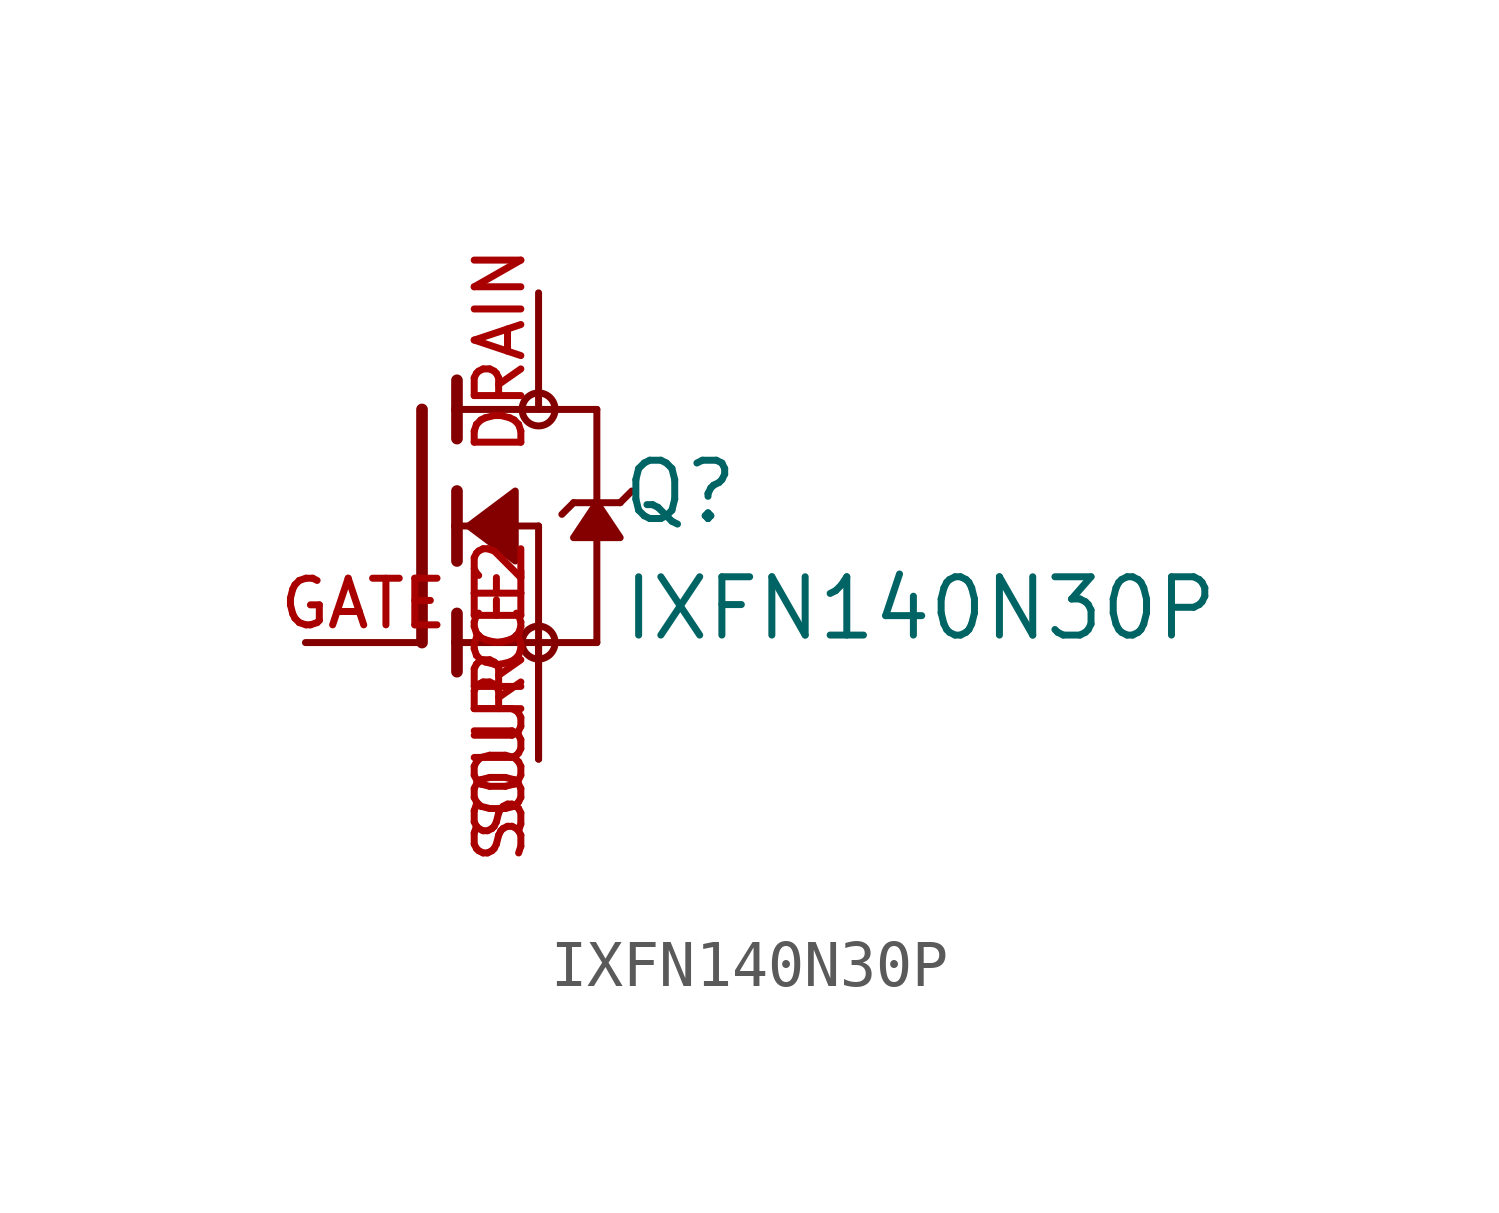
<source format=kicad_sym>
(kicad_symbol_lib
  (version 20211014)
  (generator kicad_symbol_editor)
  (symbol "IXFN140N30P"
    (pin_names
      (offset 1.016))
    (property "Reference" "Q"
      (at 4.318 0.0 0)
      (effects (font (size 1.27 1.27)) (justify bottom left)))
    (property "Value" "IXFN140N30P"
      (at 4.318 -2.54 0)
      (effects (font (size 1.27 1.27)) (justify bottom left)))
    (symbol "IXFN140N30P_0_0"
      (polyline (pts (xy 0.762 0.762) (xy 0.762 0.0)) (stroke (width 0.254)))
      (polyline (pts (xy 0.762 0.0) (xy 0.762 -0.762)) (stroke (width 0.254)))
      (polyline (pts (xy 0.762 3.175) (xy 0.762 2.54)) (stroke (width 0.254)))
      (polyline (pts (xy 0.762 2.54) (xy 0.762 1.905)) (stroke (width 0.254)))
      (polyline (pts (xy 0.762 0.0) (xy 2.54 0.0)) (stroke (width 0.152)))
      (polyline (pts (xy 2.54 0.0) (xy 2.54 -2.54)) (stroke (width 0.152)))
      (polyline (pts (xy 0.762 -1.905) (xy 0.762 -2.54)) (stroke (width 0.254)))
      (polyline (pts (xy 0.762 -2.54) (xy 0.762 -3.175)) (stroke (width 0.254)))
      (polyline (pts (xy 0.0 2.54) (xy 0.0 -2.54)) (stroke (width 0.254)))
      (polyline (pts (xy 2.54 -2.54) (xy 0.762 -2.54)) (stroke (width 0.152)))
      (polyline (pts (xy 3.81 2.54) (xy 3.81 0.508)) (stroke (width 0.152)))
      (polyline (pts (xy 3.81 0.508) (xy 3.81 -2.54)) (stroke (width 0.152)))
      (polyline (pts (xy 2.54 -2.54) (xy 3.81 -2.54)) (stroke (width 0.152)))
      (polyline (pts (xy 0.762 2.54) (xy 3.81 2.54)) (stroke (width 0.152)))
      (polyline (pts (xy 4.572 0.762) (xy 4.318 0.508)) (stroke (width 0.152)))
      (polyline (pts (xy 4.318 0.508) (xy 3.81 0.508)) (stroke (width 0.152)))
      (polyline (pts (xy 3.81 0.508) (xy 3.302 0.508)) (stroke (width 0.152)))
      (polyline (pts (xy 3.302 0.508) (xy 3.048 0.254)) (stroke (width 0.152)))
      (circle (center 2.54 -2.54) (radius 0.359) (stroke (width 0.0)) (fill (type none)))
      (circle (center 2.54 2.54) (radius 0.359) (stroke (width 0.0)) (fill (type none)))
      (polyline (pts (xy 3.81 0.508) (xy 3.302 -0.254) (xy 4.318 -0.254) (xy 3.81 0.508)) (stroke (width 0.152)) (fill (type outline)))
      (polyline (pts (xy 1.016 0.0) (xy 2.032 0.762) (xy 2.032 -0.762) (xy 1.016 0.0)) (stroke (width 0.152)) (fill (type outline)))
      (pin passive line (at 2.54 -5.08 90.0) (length 2.54) (name "~" (effects (font (size 1.016 1.016)))) (number "SOURCE" (effects (font (size 1.016 1.016)))))
      (pin passive line (at 2.54 -5.08 90.0) (length 2.54) (name "~" (effects (font (size 1.016 1.016)))) (number "SOURCE2" (effects (font (size 1.016 1.016)))))
      (pin passive line (at -2.54 -2.54 0) (length 2.54) (name "~" (effects (font (size 1.016 1.016)))) (number "GATE" (effects (font (size 1.016 1.016)))))
      (pin passive line (at 2.54 5.08 270.0) (length 2.54) (name "~" (effects (font (size 1.016 1.016)))) (number "DRAIN" (effects (font (size 1.016 1.016))))))))
</source>
